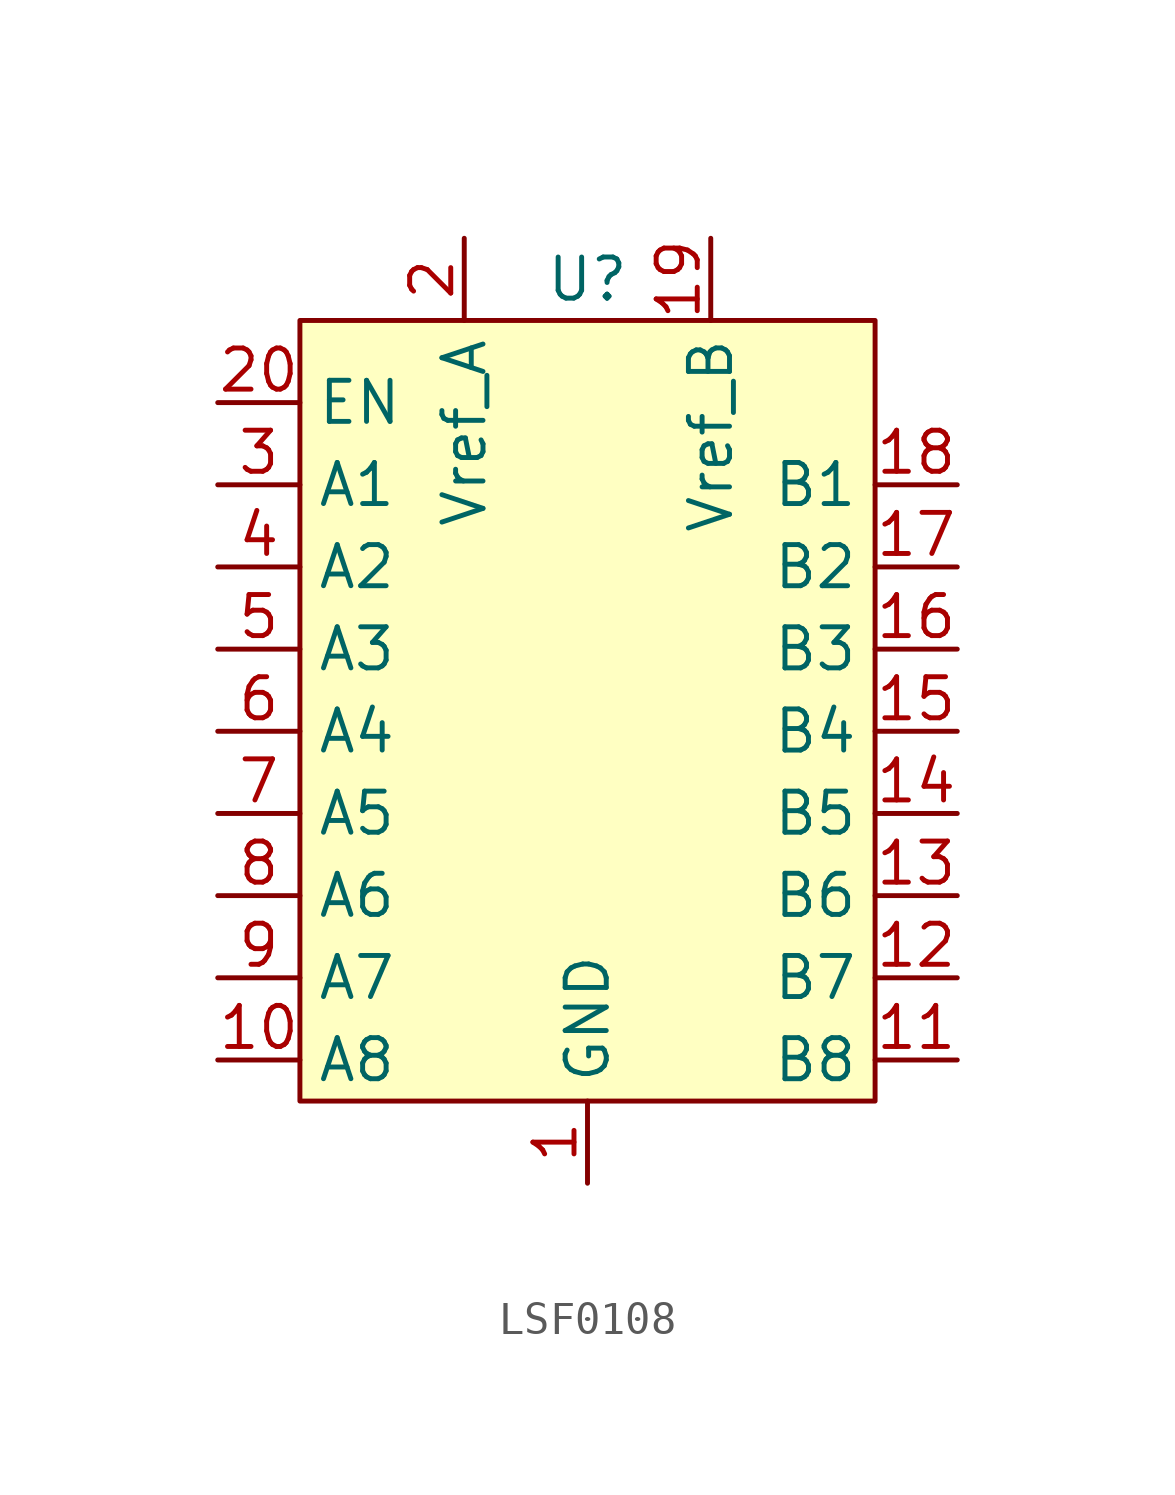
<source format=kicad_sym>
(kicad_symbol_lib
  (version 20220914)
  (generator kicad_symbol_editor)
  (symbol "LSF0108"
    (property "Reference" "U"
      (at 0 12.7 0)
      (effects (font (size 1.27 1.27))))
    (property "Value" ""
      (at 0 0 0)
      (effects (font (size 1.27 1.27))))
    (symbol "LSF0108_0_1"
      (rectangle (start -8.89 11.43) (end 8.89 -12.7) (stroke (width 0) (type default)) (fill (type background))))
    (symbol "LSF0108_1_1"
      (pin passive line (at 0 -15.24 90) (length 2.54) (name "GND" (effects (font (size 1.27 1.27)))) (number "1" (effects (font (size 1.27 1.27)))))
      (pin passive line (at -11.43 -11.43 0) (length 2.54) (name "A8" (effects (font (size 1.27 1.27)))) (number "10" (effects (font (size 1.27 1.27)))))
      (pin passive line (at 11.43 -11.43 180) (length 2.54) (name "B8" (effects (font (size 1.27 1.27)))) (number "11" (effects (font (size 1.27 1.27)))))
      (pin passive line (at 11.43 -8.89 180) (length 2.54) (name "B7" (effects (font (size 1.27 1.27)))) (number "12" (effects (font (size 1.27 1.27)))))
      (pin passive line (at 11.43 -6.35 180) (length 2.54) (name "B6" (effects (font (size 1.27 1.27)))) (number "13" (effects (font (size 1.27 1.27)))))
      (pin passive line (at 11.43 -3.81 180) (length 2.54) (name "B5" (effects (font (size 1.27 1.27)))) (number "14" (effects (font (size 1.27 1.27)))))
      (pin passive line (at 11.43 -1.27 180) (length 2.54) (name "B4" (effects (font (size 1.27 1.27)))) (number "15" (effects (font (size 1.27 1.27)))))
      (pin passive line (at 11.43 1.27 180) (length 2.54) (name "B3" (effects (font (size 1.27 1.27)))) (number "16" (effects (font (size 1.27 1.27)))))
      (pin passive line (at 11.43 3.81 180) (length 2.54) (name "B2" (effects (font (size 1.27 1.27)))) (number "17" (effects (font (size 1.27 1.27)))))
      (pin passive line (at 11.43 6.35 180) (length 2.54) (name "B1" (effects (font (size 1.27 1.27)))) (number "18" (effects (font (size 1.27 1.27)))))
      (pin passive line (at 3.81 13.97 270) (length 2.54) (name "Vref_B" (effects (font (size 1.27 1.27)))) (number "19" (effects (font (size 1.27 1.27)))))
      (pin passive line (at -3.81 13.97 270) (length 2.54) (name "Vref_A" (effects (font (size 1.27 1.27)))) (number "2" (effects (font (size 1.27 1.27)))))
      (pin passive line (at -11.43 8.89 0) (length 2.54) (name "EN" (effects (font (size 1.27 1.27)))) (number "20" (effects (font (size 1.27 1.27)))))
      (pin passive line (at -11.43 6.35 0) (length 2.54) (name "A1" (effects (font (size 1.27 1.27)))) (number "3" (effects (font (size 1.27 1.27)))))
      (pin passive line (at -11.43 3.81 0) (length 2.54) (name "A2" (effects (font (size 1.27 1.27)))) (number "4" (effects (font (size 1.27 1.27)))))
      (pin passive line (at -11.43 1.27 0) (length 2.54) (name "A3" (effects (font (size 1.27 1.27)))) (number "5" (effects (font (size 1.27 1.27)))))
      (pin passive line (at -11.43 -1.27 0) (length 2.54) (name "A4" (effects (font (size 1.27 1.27)))) (number "6" (effects (font (size 1.27 1.27)))))
      (pin passive line (at -11.43 -3.81 0) (length 2.54) (name "A5" (effects (font (size 1.27 1.27)))) (number "7" (effects (font (size 1.27 1.27)))))
      (pin passive line (at -11.43 -6.35 0) (length 2.54) (name "A6" (effects (font (size 1.27 1.27)))) (number "8" (effects (font (size 1.27 1.27)))))
      (pin passive line (at -11.43 -8.89 0) (length 2.54) (name "A7" (effects (font (size 1.27 1.27)))) (number "9" (effects (font (size 1.27 1.27))))))))
</source>
